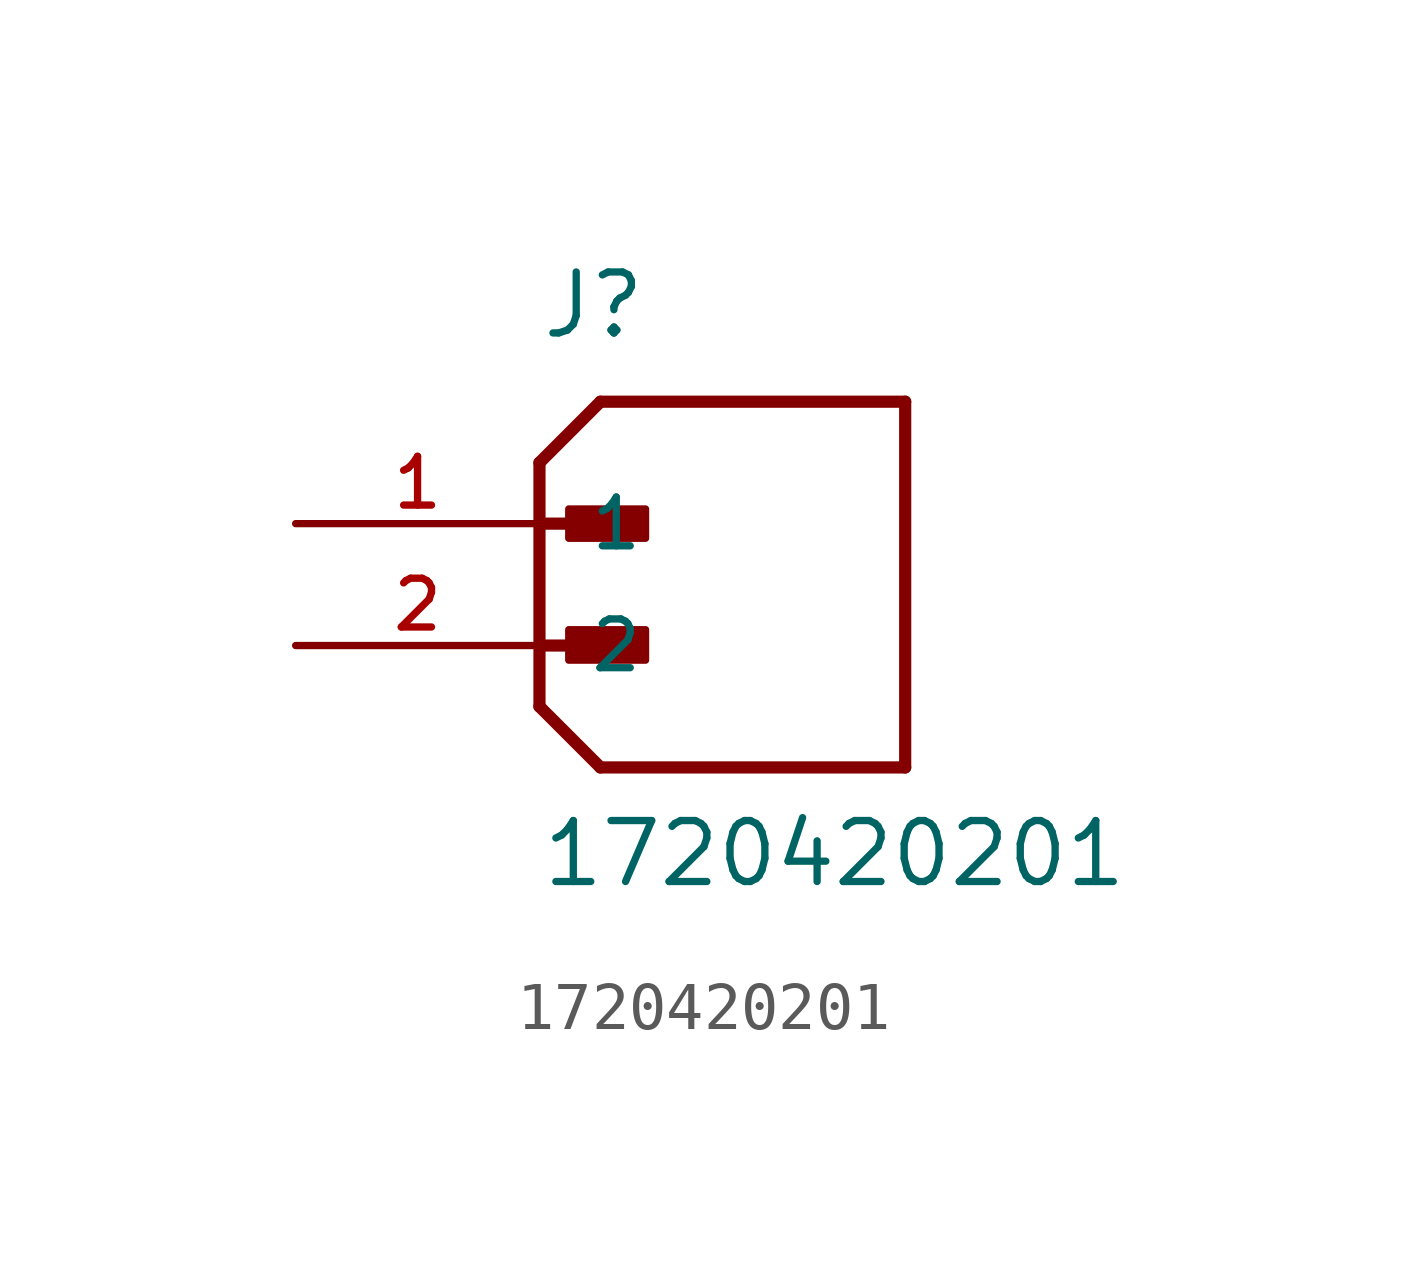
<source format=kicad_sym>
(kicad_symbol_lib
  (version 20211014)
  (generator kicad_symbol_editor)
  (symbol "1720420201"
    (pin_names
      (offset 1.016))
    (property "Reference" "J"
      (at 0 3.81 0)
      (effects (font (size 1.27 1.27)) (justify left bottom)))
    (property "Value" "1720420201"
      (at 0 -7.62 0)
      (effects (font (size 1.27 1.27)) (justify left bottom)))
    (property "ki_locked" ""
      (at 0 0 0)
      (effects (font (size 1.27 1.27))))
    (symbol "1720420201_0_0"
      (polyline (pts (xy 0 -3.81) (xy 1.27 -5.08)) (stroke (width 0.254) (type default) (color 0 0 0 0)) (fill (type none)))
      (polyline (pts (xy 0 -2.54) (xy 1.905 -2.54)) (stroke (width 0.254) (type default) (color 0 0 0 0)) (fill (type none)))
      (polyline (pts (xy 0 0) (xy 0 -3.81)) (stroke (width 0.254) (type default) (color 0 0 0 0)) (fill (type none)))
      (polyline (pts (xy 0 0) (xy 1.905 0)) (stroke (width 0.254) (type default) (color 0 0 0 0)) (fill (type none)))
      (polyline (pts (xy 0 1.27) (xy 0 0)) (stroke (width 0.254) (type default) (color 0 0 0 0)) (fill (type none)))
      (polyline (pts (xy 0 1.27) (xy 1.27 2.54)) (stroke (width 0.254) (type default) (color 0 0 0 0)) (fill (type none)))
      (polyline (pts (xy 1.27 -5.08) (xy 7.62 -5.08)) (stroke (width 0.254) (type default) (color 0 0 0 0)) (fill (type none)))
      (polyline (pts (xy 7.62 -5.08) (xy 7.62 2.54)) (stroke (width 0.254) (type default) (color 0 0 0 0)) (fill (type none)))
      (polyline (pts (xy 7.62 2.54) (xy 1.27 2.54)) (stroke (width 0.254) (type default) (color 0 0 0 0)) (fill (type none)))
      (rectangle (start 0.61 -2.845) (end 2.21 -2.21) (stroke (width 0) (type default) (color 0 0 0 0)) (fill (type outline)))
      (rectangle (start 0.61 -0.305) (end 2.21 0.305) (stroke (width 0) (type default) (color 0 0 0 0)) (fill (type outline)))
      (pin passive line (at -5.08 0 0) (length 5.08) (name "1" (effects (font (size 1.016 1.016)))) (number "1" (effects (font (size 1.016 1.016)))))
      (pin passive line (at -5.08 -2.54 0) (length 5.08) (name "2" (effects (font (size 1.016 1.016)))) (number "2" (effects (font (size 1.016 1.016))))))))
</source>
